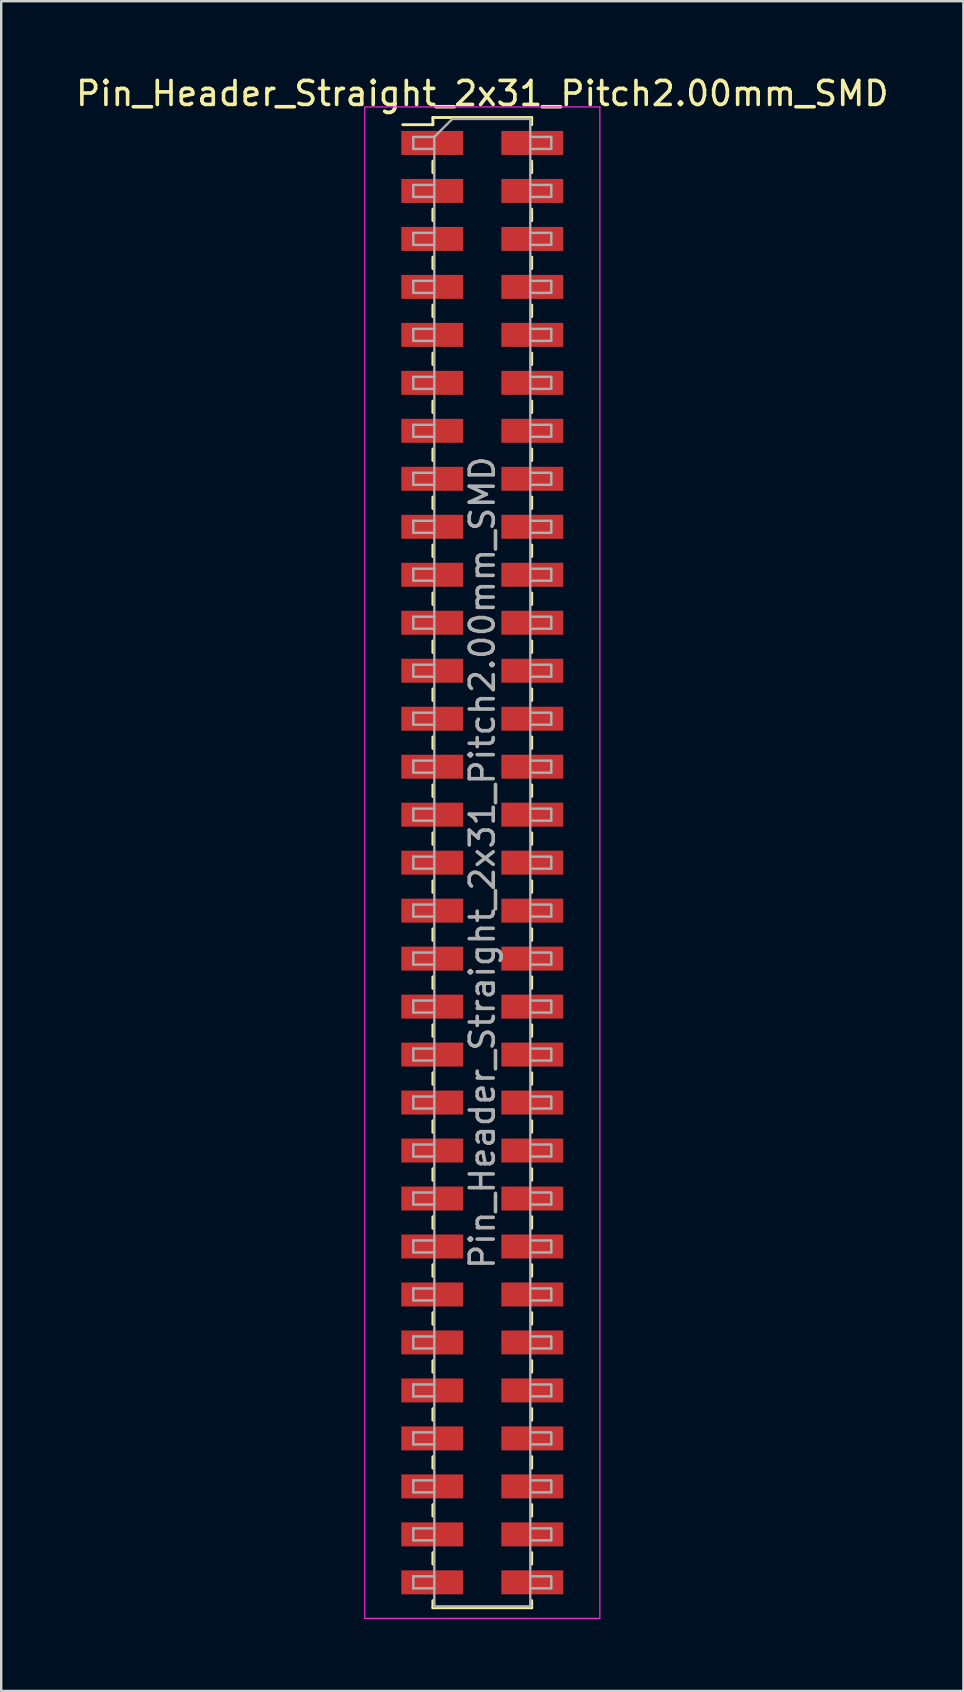
<source format=kicad_pcb>
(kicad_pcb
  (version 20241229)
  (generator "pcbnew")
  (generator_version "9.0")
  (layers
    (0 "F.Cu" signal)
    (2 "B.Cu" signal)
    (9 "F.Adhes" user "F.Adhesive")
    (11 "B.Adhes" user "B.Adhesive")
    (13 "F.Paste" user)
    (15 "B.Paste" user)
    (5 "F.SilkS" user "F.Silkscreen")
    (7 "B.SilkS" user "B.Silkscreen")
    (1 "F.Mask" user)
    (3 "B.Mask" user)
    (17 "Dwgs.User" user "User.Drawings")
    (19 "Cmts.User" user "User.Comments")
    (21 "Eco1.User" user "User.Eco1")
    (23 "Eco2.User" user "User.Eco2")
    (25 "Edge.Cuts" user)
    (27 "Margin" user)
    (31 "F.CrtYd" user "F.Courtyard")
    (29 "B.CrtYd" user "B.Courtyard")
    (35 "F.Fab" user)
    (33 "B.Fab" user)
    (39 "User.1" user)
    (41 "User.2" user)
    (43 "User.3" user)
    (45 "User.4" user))
  (footprint "Pin_Header_Straight_2x31_Pitch2.00mm_SMD"
    (layer "F.Cu")
    (at 17.054 32.908)
    (property "Reference" "Pin_Header_Straight_2x31_Pitch2.00mm_SMD" (at 0 -32.06 0) (layer "F.SilkS") (effects (font (size 1 1) (thickness 0.15))))
    (attr smd)
    (fp_line (start -3.315 -30.76) (end -2.06 -30.76) (stroke (width 0.12) (type solid)) (layer "F.SilkS"))
    (fp_line (start -2.06 -31.06) (end -2.06 -30.76) (stroke (width 0.12) (type solid)) (layer "F.SilkS"))
    (fp_line (start -2.06 -31.06) (end 2.06 -31.06) (stroke (width 0.12) (type solid)) (layer "F.SilkS"))
    (fp_line (start -2.06 -29.24) (end -2.06 -28.76) (stroke (width 0.12) (type solid)) (layer "F.SilkS"))
    (fp_line (start -2.06 -27.24) (end -2.06 -26.76) (stroke (width 0.12) (type solid)) (layer "F.SilkS"))
    (fp_line (start -2.06 -25.24) (end -2.06 -24.76) (stroke (width 0.12) (type solid)) (layer "F.SilkS"))
    (fp_line (start -2.06 -23.24) (end -2.06 -22.76) (stroke (width 0.12) (type solid)) (layer "F.SilkS"))
    (fp_line (start -2.06 -21.24) (end -2.06 -20.76) (stroke (width 0.12) (type solid)) (layer "F.SilkS"))
    (fp_line (start -2.06 -19.24) (end -2.06 -18.76) (stroke (width 0.12) (type solid)) (layer "F.SilkS"))
    (fp_line (start -2.06 -17.24) (end -2.06 -16.76) (stroke (width 0.12) (type solid)) (layer "F.SilkS"))
    (fp_line (start -2.06 -15.24) (end -2.06 -14.76) (stroke (width 0.12) (type solid)) (layer "F.SilkS"))
    (fp_line (start -2.06 -13.24) (end -2.06 -12.76) (stroke (width 0.12) (type solid)) (layer "F.SilkS"))
    (fp_line (start -2.06 -11.24) (end -2.06 -10.76) (stroke (width 0.12) (type solid)) (layer "F.SilkS"))
    (fp_line (start -2.06 -9.24) (end -2.06 -8.76) (stroke (width 0.12) (type solid)) (layer "F.SilkS"))
    (fp_line (start -2.06 -7.24) (end -2.06 -6.76) (stroke (width 0.12) (type solid)) (layer "F.SilkS"))
    (fp_line (start -2.06 -5.24) (end -2.06 -4.76) (stroke (width 0.12) (type solid)) (layer "F.SilkS"))
    (fp_line (start -2.06 -3.24) (end -2.06 -2.76) (stroke (width 0.12) (type solid)) (layer "F.SilkS"))
    (fp_line (start -2.06 -1.24) (end -2.06 -0.76) (stroke (width 0.12) (type solid)) (layer "F.SilkS"))
    (fp_line (start -2.06 0.76) (end -2.06 1.24) (stroke (width 0.12) (type solid)) (layer "F.SilkS"))
    (fp_line (start -2.06 2.76) (end -2.06 3.24) (stroke (width 0.12) (type solid)) (layer "F.SilkS"))
    (fp_line (start -2.06 4.76) (end -2.06 5.24) (stroke (width 0.12) (type solid)) (layer "F.SilkS"))
    (fp_line (start -2.06 6.76) (end -2.06 7.24) (stroke (width 0.12) (type solid)) (layer "F.SilkS"))
    (fp_line (start -2.06 8.76) (end -2.06 9.24) (stroke (width 0.12) (type solid)) (layer "F.SilkS"))
    (fp_line (start -2.06 10.76) (end -2.06 11.24) (stroke (width 0.12) (type solid)) (layer "F.SilkS"))
    (fp_line (start -2.06 12.76) (end -2.06 13.24) (stroke (width 0.12) (type solid)) (layer "F.SilkS"))
    (fp_line (start -2.06 14.76) (end -2.06 15.24) (stroke (width 0.12) (type solid)) (layer "F.SilkS"))
    (fp_line (start -2.06 16.76) (end -2.06 17.24) (stroke (width 0.12) (type solid)) (layer "F.SilkS"))
    (fp_line (start -2.06 18.76) (end -2.06 19.24) (stroke (width 0.12) (type solid)) (layer "F.SilkS"))
    (fp_line (start -2.06 20.76) (end -2.06 21.24) (stroke (width 0.12) (type solid)) (layer "F.SilkS"))
    (fp_line (start -2.06 22.76) (end -2.06 23.24) (stroke (width 0.12) (type solid)) (layer "F.SilkS"))
    (fp_line (start -2.06 24.76) (end -2.06 25.24) (stroke (width 0.12) (type solid)) (layer "F.SilkS"))
    (fp_line (start -2.06 26.76) (end -2.06 27.24) (stroke (width 0.12) (type solid)) (layer "F.SilkS"))
    (fp_line (start -2.06 28.76) (end -2.06 29.24) (stroke (width 0.12) (type solid)) (layer "F.SilkS"))
    (fp_line (start -2.06 30.76) (end -2.06 31.06) (stroke (width 0.12) (type solid)) (layer "F.SilkS"))
    (fp_line (start -2.06 31.06) (end 2.06 31.06) (stroke (width 0.12) (type solid)) (layer "F.SilkS"))
    (fp_line (start 2.06 -31.06) (end 2.06 -30.76) (stroke (width 0.12) (type solid)) (layer "F.SilkS"))
    (fp_line (start 2.06 -29.24) (end 2.06 -28.76) (stroke (width 0.12) (type solid)) (layer "F.SilkS"))
    (fp_line (start 2.06 -27.24) (end 2.06 -26.76) (stroke (width 0.12) (type solid)) (layer "F.SilkS"))
    (fp_line (start 2.06 -25.24) (end 2.06 -24.76) (stroke (width 0.12) (type solid)) (layer "F.SilkS"))
    (fp_line (start 2.06 -23.24) (end 2.06 -22.76) (stroke (width 0.12) (type solid)) (layer "F.SilkS"))
    (fp_line (start 2.06 -21.24) (end 2.06 -20.76) (stroke (width 0.12) (type solid)) (layer "F.SilkS"))
    (fp_line (start 2.06 -19.24) (end 2.06 -18.76) (stroke (width 0.12) (type solid)) (layer "F.SilkS"))
    (fp_line (start 2.06 -17.24) (end 2.06 -16.76) (stroke (width 0.12) (type solid)) (layer "F.SilkS"))
    (fp_line (start 2.06 -15.24) (end 2.06 -14.76) (stroke (width 0.12) (type solid)) (layer "F.SilkS"))
    (fp_line (start 2.06 -13.24) (end 2.06 -12.76) (stroke (width 0.12) (type solid)) (layer "F.SilkS"))
    (fp_line (start 2.06 -11.24) (end 2.06 -10.76) (stroke (width 0.12) (type solid)) (layer "F.SilkS"))
    (fp_line (start 2.06 -9.24) (end 2.06 -8.76) (stroke (width 0.12) (type solid)) (layer "F.SilkS"))
    (fp_line (start 2.06 -7.24) (end 2.06 -6.76) (stroke (width 0.12) (type solid)) (layer "F.SilkS"))
    (fp_line (start 2.06 -5.24) (end 2.06 -4.76) (stroke (width 0.12) (type solid)) (layer "F.SilkS"))
    (fp_line (start 2.06 -3.24) (end 2.06 -2.76) (stroke (width 0.12) (type solid)) (layer "F.SilkS"))
    (fp_line (start 2.06 -1.24) (end 2.06 -0.76) (stroke (width 0.12) (type solid)) (layer "F.SilkS"))
    (fp_line (start 2.06 0.76) (end 2.06 1.24) (stroke (width 0.12) (type solid)) (layer "F.SilkS"))
    (fp_line (start 2.06 2.76) (end 2.06 3.24) (stroke (width 0.12) (type solid)) (layer "F.SilkS"))
    (fp_line (start 2.06 4.76) (end 2.06 5.24) (stroke (width 0.12) (type solid)) (layer "F.SilkS"))
    (fp_line (start 2.06 6.76) (end 2.06 7.24) (stroke (width 0.12) (type solid)) (layer "F.SilkS"))
    (fp_line (start 2.06 8.76) (end 2.06 9.24) (stroke (width 0.12) (type solid)) (layer "F.SilkS"))
    (fp_line (start 2.06 10.76) (end 2.06 11.24) (stroke (width 0.12) (type solid)) (layer "F.SilkS"))
    (fp_line (start 2.06 12.76) (end 2.06 13.24) (stroke (width 0.12) (type solid)) (layer "F.SilkS"))
    (fp_line (start 2.06 14.76) (end 2.06 15.24) (stroke (width 0.12) (type solid)) (layer "F.SilkS"))
    (fp_line (start 2.06 16.76) (end 2.06 17.24) (stroke (width 0.12) (type solid)) (layer "F.SilkS"))
    (fp_line (start 2.06 18.76) (end 2.06 19.24) (stroke (width 0.12) (type solid)) (layer "F.SilkS"))
    (fp_line (start 2.06 20.76) (end 2.06 21.24) (stroke (width 0.12) (type solid)) (layer "F.SilkS"))
    (fp_line (start 2.06 22.76) (end 2.06 23.24) (stroke (width 0.12) (type solid)) (layer "F.SilkS"))
    (fp_line (start 2.06 24.76) (end 2.06 25.24) (stroke (width 0.12) (type solid)) (layer "F.SilkS"))
    (fp_line (start 2.06 26.76) (end 2.06 27.24) (stroke (width 0.12) (type solid)) (layer "F.SilkS"))
    (fp_line (start 2.06 28.76) (end 2.06 29.24) (stroke (width 0.12) (type solid)) (layer "F.SilkS"))
    (fp_line (start 2.06 30.76) (end 2.06 31.06) (stroke (width 0.12) (type solid)) (layer "F.SilkS"))
    (fp_line (start -4.9 -31.5) (end -4.9 31.5) (stroke (width 0.05) (type solid)) (layer "F.CrtYd"))
    (fp_line (start -4.9 31.5) (end 4.9 31.5) (stroke (width 0.05) (type solid)) (layer "F.CrtYd"))
    (fp_line (start 4.9 -31.5) (end -4.9 -31.5) (stroke (width 0.05) (type solid)) (layer "F.CrtYd"))
    (fp_line (start 4.9 31.5) (end 4.9 -31.5) (stroke (width 0.05) (type solid)) (layer "F.CrtYd"))
    (fp_line (start -2.875 -30.25) (end -2.875 -29.75) (stroke (width 0.1) (type solid)) (layer "F.Fab"))
    (fp_line (start -2.875 -29.75) (end -2 -29.75) (stroke (width 0.1) (type solid)) (layer "F.Fab"))
    (fp_line (start -2.875 -28.25) (end -2.875 -27.75) (stroke (width 0.1) (type solid)) (layer "F.Fab"))
    (fp_line (start -2.875 -27.75) (end -2 -27.75) (stroke (width 0.1) (type solid)) (layer "F.Fab"))
    (fp_line (start -2.875 -26.25) (end -2.875 -25.75) (stroke (width 0.1) (type solid)) (layer "F.Fab"))
    (fp_line (start -2.875 -25.75) (end -2 -25.75) (stroke (width 0.1) (type solid)) (layer "F.Fab"))
    (fp_line (start -2.875 -24.25) (end -2.875 -23.75) (stroke (width 0.1) (type solid)) (layer "F.Fab"))
    (fp_line (start -2.875 -23.75) (end -2 -23.75) (stroke (width 0.1) (type solid)) (layer "F.Fab"))
    (fp_line (start -2.875 -22.25) (end -2.875 -21.75) (stroke (width 0.1) (type solid)) (layer "F.Fab"))
    (fp_line (start -2.875 -21.75) (end -2 -21.75) (stroke (width 0.1) (type solid)) (layer "F.Fab"))
    (fp_line (start -2.875 -20.25) (end -2.875 -19.75) (stroke (width 0.1) (type solid)) (layer "F.Fab"))
    (fp_line (start -2.875 -19.75) (end -2 -19.75) (stroke (width 0.1) (type solid)) (layer "F.Fab"))
    (fp_line (start -2.875 -18.25) (end -2.875 -17.75) (stroke (width 0.1) (type solid)) (layer "F.Fab"))
    (fp_line (start -2.875 -17.75) (end -2 -17.75) (stroke (width 0.1) (type solid)) (layer "F.Fab"))
    (fp_line (start -2.875 -16.25) (end -2.875 -15.75) (stroke (width 0.1) (type solid)) (layer "F.Fab"))
    (fp_line (start -2.875 -15.75) (end -2 -15.75) (stroke (width 0.1) (type solid)) (layer "F.Fab"))
    (fp_line (start -2.875 -14.25) (end -2.875 -13.75) (stroke (width 0.1) (type solid)) (layer "F.Fab"))
    (fp_line (start -2.875 -13.75) (end -2 -13.75) (stroke (width 0.1) (type solid)) (layer "F.Fab"))
    (fp_line (start -2.875 -12.25) (end -2.875 -11.75) (stroke (width 0.1) (type solid)) (layer "F.Fab"))
    (fp_line (start -2.875 -11.75) (end -2 -11.75) (stroke (width 0.1) (type solid)) (layer "F.Fab"))
    (fp_line (start -2.875 -10.25) (end -2.875 -9.75) (stroke (width 0.1) (type solid)) (layer "F.Fab"))
    (fp_line (start -2.875 -9.75) (end -2 -9.75) (stroke (width 0.1) (type solid)) (layer "F.Fab"))
    (fp_line (start -2.875 -8.25) (end -2.875 -7.75) (stroke (width 0.1) (type solid)) (layer "F.Fab"))
    (fp_line (start -2.875 -7.75) (end -2 -7.75) (stroke (width 0.1) (type solid)) (layer "F.Fab"))
    (fp_line (start -2.875 -6.25) (end -2.875 -5.75) (stroke (width 0.1) (type solid)) (layer "F.Fab"))
    (fp_line (start -2.875 -5.75) (end -2 -5.75) (stroke (width 0.1) (type solid)) (layer "F.Fab"))
    (fp_line (start -2.875 -4.25) (end -2.875 -3.75) (stroke (width 0.1) (type solid)) (layer "F.Fab"))
    (fp_line (start -2.875 -3.75) (end -2 -3.75) (stroke (width 0.1) (type solid)) (layer "F.Fab"))
    (fp_line (start -2.875 -2.25) (end -2.875 -1.75) (stroke (width 0.1) (type solid)) (layer "F.Fab"))
    (fp_line (start -2.875 -1.75) (end -2 -1.75) (stroke (width 0.1) (type solid)) (layer "F.Fab"))
    (fp_line (start -2.875 -0.25) (end -2.875 0.25) (stroke (width 0.1) (type solid)) (layer "F.Fab"))
    (fp_line (start -2.875 0.25) (end -2 0.25) (stroke (width 0.1) (type solid)) (layer "F.Fab"))
    (fp_line (start -2.875 1.75) (end -2.875 2.25) (stroke (width 0.1) (type solid)) (layer "F.Fab"))
    (fp_line (start -2.875 2.25) (end -2 2.25) (stroke (width 0.1) (type solid)) (layer "F.Fab"))
    (fp_line (start -2.875 3.75) (end -2.875 4.25) (stroke (width 0.1) (type solid)) (layer "F.Fab"))
    (fp_line (start -2.875 4.25) (end -2 4.25) (stroke (width 0.1) (type solid)) (layer "F.Fab"))
    (fp_line (start -2.875 5.75) (end -2.875 6.25) (stroke (width 0.1) (type solid)) (layer "F.Fab"))
    (fp_line (start -2.875 6.25) (end -2 6.25) (stroke (width 0.1) (type solid)) (layer "F.Fab"))
    (fp_line (start -2.875 7.75) (end -2.875 8.25) (stroke (width 0.1) (type solid)) (layer "F.Fab"))
    (fp_line (start -2.875 8.25) (end -2 8.25) (stroke (width 0.1) (type solid)) (layer "F.Fab"))
    (fp_line (start -2.875 9.75) (end -2.875 10.25) (stroke (width 0.1) (type solid)) (layer "F.Fab"))
    (fp_line (start -2.875 10.25) (end -2 10.25) (stroke (width 0.1) (type solid)) (layer "F.Fab"))
    (fp_line (start -2.875 11.75) (end -2.875 12.25) (stroke (width 0.1) (type solid)) (layer "F.Fab"))
    (fp_line (start -2.875 12.25) (end -2 12.25) (stroke (width 0.1) (type solid)) (layer "F.Fab"))
    (fp_line (start -2.875 13.75) (end -2.875 14.25) (stroke (width 0.1) (type solid)) (layer "F.Fab"))
    (fp_line (start -2.875 14.25) (end -2 14.25) (stroke (width 0.1) (type solid)) (layer "F.Fab"))
    (fp_line (start -2.875 15.75) (end -2.875 16.25) (stroke (width 0.1) (type solid)) (layer "F.Fab"))
    (fp_line (start -2.875 16.25) (end -2 16.25) (stroke (width 0.1) (type solid)) (layer "F.Fab"))
    (fp_line (start -2.875 17.75) (end -2.875 18.25) (stroke (width 0.1) (type solid)) (layer "F.Fab"))
    (fp_line (start -2.875 18.25) (end -2 18.25) (stroke (width 0.1) (type solid)) (layer "F.Fab"))
    (fp_line (start -2.875 19.75) (end -2.875 20.25) (stroke (width 0.1) (type solid)) (layer "F.Fab"))
    (fp_line (start -2.875 20.25) (end -2 20.25) (stroke (width 0.1) (type solid)) (layer "F.Fab"))
    (fp_line (start -2.875 21.75) (end -2.875 22.25) (stroke (width 0.1) (type solid)) (layer "F.Fab"))
    (fp_line (start -2.875 22.25) (end -2 22.25) (stroke (width 0.1) (type solid)) (layer "F.Fab"))
    (fp_line (start -2.875 23.75) (end -2.875 24.25) (stroke (width 0.1) (type solid)) (layer "F.Fab"))
    (fp_line (start -2.875 24.25) (end -2 24.25) (stroke (width 0.1) (type solid)) (layer "F.Fab"))
    (fp_line (start -2.875 25.75) (end -2.875 26.25) (stroke (width 0.1) (type solid)) (layer "F.Fab"))
    (fp_line (start -2.875 26.25) (end -2 26.25) (stroke (width 0.1) (type solid)) (layer "F.Fab"))
    (fp_line (start -2.875 27.75) (end -2.875 28.25) (stroke (width 0.1) (type solid)) (layer "F.Fab"))
    (fp_line (start -2.875 28.25) (end -2 28.25) (stroke (width 0.1) (type solid)) (layer "F.Fab"))
    (fp_line (start -2.875 29.75) (end -2.875 30.25) (stroke (width 0.1) (type solid)) (layer "F.Fab"))
    (fp_line (start -2.875 30.25) (end -2 30.25) (stroke (width 0.1) (type solid)) (layer "F.Fab"))
    (fp_line (start -2 -30.25) (end -2.875 -30.25) (stroke (width 0.1) (type solid)) (layer "F.Fab"))
    (fp_line (start -2 -30.25) (end -1.25 -31) (stroke (width 0.1) (type solid)) (layer "F.Fab"))
    (fp_line (start -2 -28.25) (end -2.875 -28.25) (stroke (width 0.1) (type solid)) (layer "F.Fab"))
    (fp_line (start -2 -26.25) (end -2.875 -26.25) (stroke (width 0.1) (type solid)) (layer "F.Fab"))
    (fp_line (start -2 -24.25) (end -2.875 -24.25) (stroke (width 0.1) (type solid)) (layer "F.Fab"))
    (fp_line (start -2 -22.25) (end -2.875 -22.25) (stroke (width 0.1) (type solid)) (layer "F.Fab"))
    (fp_line (start -2 -20.25) (end -2.875 -20.25) (stroke (width 0.1) (type solid)) (layer "F.Fab"))
    (fp_line (start -2 -18.25) (end -2.875 -18.25) (stroke (width 0.1) (type solid)) (layer "F.Fab"))
    (fp_line (start -2 -16.25) (end -2.875 -16.25) (stroke (width 0.1) (type solid)) (layer "F.Fab"))
    (fp_line (start -2 -14.25) (end -2.875 -14.25) (stroke (width 0.1) (type solid)) (layer "F.Fab"))
    (fp_line (start -2 -12.25) (end -2.875 -12.25) (stroke (width 0.1) (type solid)) (layer "F.Fab"))
    (fp_line (start -2 -10.25) (end -2.875 -10.25) (stroke (width 0.1) (type solid)) (layer "F.Fab"))
    (fp_line (start -2 -8.25) (end -2.875 -8.25) (stroke (width 0.1) (type solid)) (layer "F.Fab"))
    (fp_line (start -2 -6.25) (end -2.875 -6.25) (stroke (width 0.1) (type solid)) (layer "F.Fab"))
    (fp_line (start -2 -4.25) (end -2.875 -4.25) (stroke (width 0.1) (type solid)) (layer "F.Fab"))
    (fp_line (start -2 -2.25) (end -2.875 -2.25) (stroke (width 0.1) (type solid)) (layer "F.Fab"))
    (fp_line (start -2 -0.25) (end -2.875 -0.25) (stroke (width 0.1) (type solid)) (layer "F.Fab"))
    (fp_line (start -2 1.75) (end -2.875 1.75) (stroke (width 0.1) (type solid)) (layer "F.Fab"))
    (fp_line (start -2 3.75) (end -2.875 3.75) (stroke (width 0.1) (type solid)) (layer "F.Fab"))
    (fp_line (start -2 5.75) (end -2.875 5.75) (stroke (width 0.1) (type solid)) (layer "F.Fab"))
    (fp_line (start -2 7.75) (end -2.875 7.75) (stroke (width 0.1) (type solid)) (layer "F.Fab"))
    (fp_line (start -2 9.75) (end -2.875 9.75) (stroke (width 0.1) (type solid)) (layer "F.Fab"))
    (fp_line (start -2 11.75) (end -2.875 11.75) (stroke (width 0.1) (type solid)) (layer "F.Fab"))
    (fp_line (start -2 13.75) (end -2.875 13.75) (stroke (width 0.1) (type solid)) (layer "F.Fab"))
    (fp_line (start -2 15.75) (end -2.875 15.75) (stroke (width 0.1) (type solid)) (layer "F.Fab"))
    (fp_line (start -2 17.75) (end -2.875 17.75) (stroke (width 0.1) (type solid)) (layer "F.Fab"))
    (fp_line (start -2 19.75) (end -2.875 19.75) (stroke (width 0.1) (type solid)) (layer "F.Fab"))
    (fp_line (start -2 21.75) (end -2.875 21.75) (stroke (width 0.1) (type solid)) (layer "F.Fab"))
    (fp_line (start -2 23.75) (end -2.875 23.75) (stroke (width 0.1) (type solid)) (layer "F.Fab"))
    (fp_line (start -2 25.75) (end -2.875 25.75) (stroke (width 0.1) (type solid)) (layer "F.Fab"))
    (fp_line (start -2 27.75) (end -2.875 27.75) (stroke (width 0.1) (type solid)) (layer "F.Fab"))
    (fp_line (start -2 29.75) (end -2.875 29.75) (stroke (width 0.1) (type solid)) (layer "F.Fab"))
    (fp_line (start -2 31) (end -2 -30.25) (stroke (width 0.1) (type solid)) (layer "F.Fab"))
    (fp_line (start -1.25 -31) (end 2 -31) (stroke (width 0.1) (type solid)) (layer "F.Fab"))
    (fp_line (start 2 -31) (end 2 31) (stroke (width 0.1) (type solid)) (layer "F.Fab"))
    (fp_line (start 2 -30.25) (end 2.875 -30.25) (stroke (width 0.1) (type solid)) (layer "F.Fab"))
    (fp_line (start 2 -28.25) (end 2.875 -28.25) (stroke (width 0.1) (type solid)) (layer "F.Fab"))
    (fp_line (start 2 -26.25) (end 2.875 -26.25) (stroke (width 0.1) (type solid)) (layer "F.Fab"))
    (fp_line (start 2 -24.25) (end 2.875 -24.25) (stroke (width 0.1) (type solid)) (layer "F.Fab"))
    (fp_line (start 2 -22.25) (end 2.875 -22.25) (stroke (width 0.1) (type solid)) (layer "F.Fab"))
    (fp_line (start 2 -20.25) (end 2.875 -20.25) (stroke (width 0.1) (type solid)) (layer "F.Fab"))
    (fp_line (start 2 -18.25) (end 2.875 -18.25) (stroke (width 0.1) (type solid)) (layer "F.Fab"))
    (fp_line (start 2 -16.25) (end 2.875 -16.25) (stroke (width 0.1) (type solid)) (layer "F.Fab"))
    (fp_line (start 2 -14.25) (end 2.875 -14.25) (stroke (width 0.1) (type solid)) (layer "F.Fab"))
    (fp_line (start 2 -12.25) (end 2.875 -12.25) (stroke (width 0.1) (type solid)) (layer "F.Fab"))
    (fp_line (start 2 -10.25) (end 2.875 -10.25) (stroke (width 0.1) (type solid)) (layer "F.Fab"))
    (fp_line (start 2 -8.25) (end 2.875 -8.25) (stroke (width 0.1) (type solid)) (layer "F.Fab"))
    (fp_line (start 2 -6.25) (end 2.875 -6.25) (stroke (width 0.1) (type solid)) (layer "F.Fab"))
    (fp_line (start 2 -4.25) (end 2.875 -4.25) (stroke (width 0.1) (type solid)) (layer "F.Fab"))
    (fp_line (start 2 -2.25) (end 2.875 -2.25) (stroke (width 0.1) (type solid)) (layer "F.Fab"))
    (fp_line (start 2 -0.25) (end 2.875 -0.25) (stroke (width 0.1) (type solid)) (layer "F.Fab"))
    (fp_line (start 2 1.75) (end 2.875 1.75) (stroke (width 0.1) (type solid)) (layer "F.Fab"))
    (fp_line (start 2 3.75) (end 2.875 3.75) (stroke (width 0.1) (type solid)) (layer "F.Fab"))
    (fp_line (start 2 5.75) (end 2.875 5.75) (stroke (width 0.1) (type solid)) (layer "F.Fab"))
    (fp_line (start 2 7.75) (end 2.875 7.75) (stroke (width 0.1) (type solid)) (layer "F.Fab"))
    (fp_line (start 2 9.75) (end 2.875 9.75) (stroke (width 0.1) (type solid)) (layer "F.Fab"))
    (fp_line (start 2 11.75) (end 2.875 11.75) (stroke (width 0.1) (type solid)) (layer "F.Fab"))
    (fp_line (start 2 13.75) (end 2.875 13.75) (stroke (width 0.1) (type solid)) (layer "F.Fab"))
    (fp_line (start 2 15.75) (end 2.875 15.75) (stroke (width 0.1) (type solid)) (layer "F.Fab"))
    (fp_line (start 2 17.75) (end 2.875 17.75) (stroke (width 0.1) (type solid)) (layer "F.Fab"))
    (fp_line (start 2 19.75) (end 2.875 19.75) (stroke (width 0.1) (type solid)) (layer "F.Fab"))
    (fp_line (start 2 21.75) (end 2.875 21.75) (stroke (width 0.1) (type solid)) (layer "F.Fab"))
    (fp_line (start 2 23.75) (end 2.875 23.75) (stroke (width 0.1) (type solid)) (layer "F.Fab"))
    (fp_line (start 2 25.75) (end 2.875 25.75) (stroke (width 0.1) (type solid)) (layer "F.Fab"))
    (fp_line (start 2 27.75) (end 2.875 27.75) (stroke (width 0.1) (type solid)) (layer "F.Fab"))
    (fp_line (start 2 29.75) (end 2.875 29.75) (stroke (width 0.1) (type solid)) (layer "F.Fab"))
    (fp_line (start 2 31) (end -2 31) (stroke (width 0.1) (type solid)) (layer "F.Fab"))
    (fp_line (start 2.875 -30.25) (end 2.875 -29.75) (stroke (width 0.1) (type solid)) (layer "F.Fab"))
    (fp_line (start 2.875 -29.75) (end 2 -29.75) (stroke (width 0.1) (type solid)) (layer "F.Fab"))
    (fp_line (start 2.875 -28.25) (end 2.875 -27.75) (stroke (width 0.1) (type solid)) (layer "F.Fab"))
    (fp_line (start 2.875 -27.75) (end 2 -27.75) (stroke (width 0.1) (type solid)) (layer "F.Fab"))
    (fp_line (start 2.875 -26.25) (end 2.875 -25.75) (stroke (width 0.1) (type solid)) (layer "F.Fab"))
    (fp_line (start 2.875 -25.75) (end 2 -25.75) (stroke (width 0.1) (type solid)) (layer "F.Fab"))
    (fp_line (start 2.875 -24.25) (end 2.875 -23.75) (stroke (width 0.1) (type solid)) (layer "F.Fab"))
    (fp_line (start 2.875 -23.75) (end 2 -23.75) (stroke (width 0.1) (type solid)) (layer "F.Fab"))
    (fp_line (start 2.875 -22.25) (end 2.875 -21.75) (stroke (width 0.1) (type solid)) (layer "F.Fab"))
    (fp_line (start 2.875 -21.75) (end 2 -21.75) (stroke (width 0.1) (type solid)) (layer "F.Fab"))
    (fp_line (start 2.875 -20.25) (end 2.875 -19.75) (stroke (width 0.1) (type solid)) (layer "F.Fab"))
    (fp_line (start 2.875 -19.75) (end 2 -19.75) (stroke (width 0.1) (type solid)) (layer "F.Fab"))
    (fp_line (start 2.875 -18.25) (end 2.875 -17.75) (stroke (width 0.1) (type solid)) (layer "F.Fab"))
    (fp_line (start 2.875 -17.75) (end 2 -17.75) (stroke (width 0.1) (type solid)) (layer "F.Fab"))
    (fp_line (start 2.875 -16.25) (end 2.875 -15.75) (stroke (width 0.1) (type solid)) (layer "F.Fab"))
    (fp_line (start 2.875 -15.75) (end 2 -15.75) (stroke (width 0.1) (type solid)) (layer "F.Fab"))
    (fp_line (start 2.875 -14.25) (end 2.875 -13.75) (stroke (width 0.1) (type solid)) (layer "F.Fab"))
    (fp_line (start 2.875 -13.75) (end 2 -13.75) (stroke (width 0.1) (type solid)) (layer "F.Fab"))
    (fp_line (start 2.875 -12.25) (end 2.875 -11.75) (stroke (width 0.1) (type solid)) (layer "F.Fab"))
    (fp_line (start 2.875 -11.75) (end 2 -11.75) (stroke (width 0.1) (type solid)) (layer "F.Fab"))
    (fp_line (start 2.875 -10.25) (end 2.875 -9.75) (stroke (width 0.1) (type solid)) (layer "F.Fab"))
    (fp_line (start 2.875 -9.75) (end 2 -9.75) (stroke (width 0.1) (type solid)) (layer "F.Fab"))
    (fp_line (start 2.875 -8.25) (end 2.875 -7.75) (stroke (width 0.1) (type solid)) (layer "F.Fab"))
    (fp_line (start 2.875 -7.75) (end 2 -7.75) (stroke (width 0.1) (type solid)) (layer "F.Fab"))
    (fp_line (start 2.875 -6.25) (end 2.875 -5.75) (stroke (width 0.1) (type solid)) (layer "F.Fab"))
    (fp_line (start 2.875 -5.75) (end 2 -5.75) (stroke (width 0.1) (type solid)) (layer "F.Fab"))
    (fp_line (start 2.875 -4.25) (end 2.875 -3.75) (stroke (width 0.1) (type solid)) (layer "F.Fab"))
    (fp_line (start 2.875 -3.75) (end 2 -3.75) (stroke (width 0.1) (type solid)) (layer "F.Fab"))
    (fp_line (start 2.875 -2.25) (end 2.875 -1.75) (stroke (width 0.1) (type solid)) (layer "F.Fab"))
    (fp_line (start 2.875 -1.75) (end 2 -1.75) (stroke (width 0.1) (type solid)) (layer "F.Fab"))
    (fp_line (start 2.875 -0.25) (end 2.875 0.25) (stroke (width 0.1) (type solid)) (layer "F.Fab"))
    (fp_line (start 2.875 0.25) (end 2 0.25) (stroke (width 0.1) (type solid)) (layer "F.Fab"))
    (fp_line (start 2.875 1.75) (end 2.875 2.25) (stroke (width 0.1) (type solid)) (layer "F.Fab"))
    (fp_line (start 2.875 2.25) (end 2 2.25) (stroke (width 0.1) (type solid)) (layer "F.Fab"))
    (fp_line (start 2.875 3.75) (end 2.875 4.25) (stroke (width 0.1) (type solid)) (layer "F.Fab"))
    (fp_line (start 2.875 4.25) (end 2 4.25) (stroke (width 0.1) (type solid)) (layer "F.Fab"))
    (fp_line (start 2.875 5.75) (end 2.875 6.25) (stroke (width 0.1) (type solid)) (layer "F.Fab"))
    (fp_line (start 2.875 6.25) (end 2 6.25) (stroke (width 0.1) (type solid)) (layer "F.Fab"))
    (fp_line (start 2.875 7.75) (end 2.875 8.25) (stroke (width 0.1) (type solid)) (layer "F.Fab"))
    (fp_line (start 2.875 8.25) (end 2 8.25) (stroke (width 0.1) (type solid)) (layer "F.Fab"))
    (fp_line (start 2.875 9.75) (end 2.875 10.25) (stroke (width 0.1) (type solid)) (layer "F.Fab"))
    (fp_line (start 2.875 10.25) (end 2 10.25) (stroke (width 0.1) (type solid)) (layer "F.Fab"))
    (fp_line (start 2.875 11.75) (end 2.875 12.25) (stroke (width 0.1) (type solid)) (layer "F.Fab"))
    (fp_line (start 2.875 12.25) (end 2 12.25) (stroke (width 0.1) (type solid)) (layer "F.Fab"))
    (fp_line (start 2.875 13.75) (end 2.875 14.25) (stroke (width 0.1) (type solid)) (layer "F.Fab"))
    (fp_line (start 2.875 14.25) (end 2 14.25) (stroke (width 0.1) (type solid)) (layer "F.Fab"))
    (fp_line (start 2.875 15.75) (end 2.875 16.25) (stroke (width 0.1) (type solid)) (layer "F.Fab"))
    (fp_line (start 2.875 16.25) (end 2 16.25) (stroke (width 0.1) (type solid)) (layer "F.Fab"))
    (fp_line (start 2.875 17.75) (end 2.875 18.25) (stroke (width 0.1) (type solid)) (layer "F.Fab"))
    (fp_line (start 2.875 18.25) (end 2 18.25) (stroke (width 0.1) (type solid)) (layer "F.Fab"))
    (fp_line (start 2.875 19.75) (end 2.875 20.25) (stroke (width 0.1) (type solid)) (layer "F.Fab"))
    (fp_line (start 2.875 20.25) (end 2 20.25) (stroke (width 0.1) (type solid)) (layer "F.Fab"))
    (fp_line (start 2.875 21.75) (end 2.875 22.25) (stroke (width 0.1) (type solid)) (layer "F.Fab"))
    (fp_line (start 2.875 22.25) (end 2 22.25) (stroke (width 0.1) (type solid)) (layer "F.Fab"))
    (fp_line (start 2.875 23.75) (end 2.875 24.25) (stroke (width 0.1) (type solid)) (layer "F.Fab"))
    (fp_line (start 2.875 24.25) (end 2 24.25) (stroke (width 0.1) (type solid)) (layer "F.Fab"))
    (fp_line (start 2.875 25.75) (end 2.875 26.25) (stroke (width 0.1) (type solid)) (layer "F.Fab"))
    (fp_line (start 2.875 26.25) (end 2 26.25) (stroke (width 0.1) (type solid)) (layer "F.Fab"))
    (fp_line (start 2.875 27.75) (end 2.875 28.25) (stroke (width 0.1) (type solid)) (layer "F.Fab"))
    (fp_line (start 2.875 28.25) (end 2 28.25) (stroke (width 0.1) (type solid)) (layer "F.Fab"))
    (fp_line (start 2.875 29.75) (end 2.875 30.25) (stroke (width 0.1) (type solid)) (layer "F.Fab"))
    (fp_line (start 2.875 30.25) (end 2 30.25) (stroke (width 0.1) (type solid)) (layer "F.Fab"))
    (fp_text user "${REFERENCE}" (at 0 0 90) (layer "F.Fab") (effects (font (size 1 1) (thickness 0.15))))
    (pad "1" smd rect (at -2.085 -30) (size 2.58 1) (layers "F.Cu" "F.Mask" "F.Paste"))
    (pad "2" smd rect (at 2.085 -30) (size 2.58 1) (layers "F.Cu" "F.Mask" "F.Paste"))
    (pad "3" smd rect (at -2.085 -28) (size 2.58 1) (layers "F.Cu" "F.Mask" "F.Paste"))
    (pad "4" smd rect (at 2.085 -28) (size 2.58 1) (layers "F.Cu" "F.Mask" "F.Paste"))
    (pad "5" smd rect (at -2.085 -26) (size 2.58 1) (layers "F.Cu" "F.Mask" "F.Paste"))
    (pad "6" smd rect (at 2.085 -26) (size 2.58 1) (layers "F.Cu" "F.Mask" "F.Paste"))
    (pad "7" smd rect (at -2.085 -24) (size 2.58 1) (layers "F.Cu" "F.Mask" "F.Paste"))
    (pad "8" smd rect (at 2.085 -24) (size 2.58 1) (layers "F.Cu" "F.Mask" "F.Paste"))
    (pad "9" smd rect (at -2.085 -22) (size 2.58 1) (layers "F.Cu" "F.Mask" "F.Paste"))
    (pad "10" smd rect (at 2.085 -22) (size 2.58 1) (layers "F.Cu" "F.Mask" "F.Paste"))
    (pad "11" smd rect (at -2.085 -20) (size 2.58 1) (layers "F.Cu" "F.Mask" "F.Paste"))
    (pad "12" smd rect (at 2.085 -20) (size 2.58 1) (layers "F.Cu" "F.Mask" "F.Paste"))
    (pad "13" smd rect (at -2.085 -18) (size 2.58 1) (layers "F.Cu" "F.Mask" "F.Paste"))
    (pad "14" smd rect (at 2.085 -18) (size 2.58 1) (layers "F.Cu" "F.Mask" "F.Paste"))
    (pad "15" smd rect (at -2.085 -16) (size 2.58 1) (layers "F.Cu" "F.Mask" "F.Paste"))
    (pad "16" smd rect (at 2.085 -16) (size 2.58 1) (layers "F.Cu" "F.Mask" "F.Paste"))
    (pad "17" smd rect (at -2.085 -14) (size 2.58 1) (layers "F.Cu" "F.Mask" "F.Paste"))
    (pad "18" smd rect (at 2.085 -14) (size 2.58 1) (layers "F.Cu" "F.Mask" "F.Paste"))
    (pad "19" smd rect (at -2.085 -12) (size 2.58 1) (layers "F.Cu" "F.Mask" "F.Paste"))
    (pad "20" smd rect (at 2.085 -12) (size 2.58 1) (layers "F.Cu" "F.Mask" "F.Paste"))
    (pad "21" smd rect (at -2.085 -10) (size 2.58 1) (layers "F.Cu" "F.Mask" "F.Paste"))
    (pad "22" smd rect (at 2.085 -10) (size 2.58 1) (layers "F.Cu" "F.Mask" "F.Paste"))
    (pad "23" smd rect (at -2.085 -8) (size 2.58 1) (layers "F.Cu" "F.Mask" "F.Paste"))
    (pad "24" smd rect (at 2.085 -8) (size 2.58 1) (layers "F.Cu" "F.Mask" "F.Paste"))
    (pad "25" smd rect (at -2.085 -6) (size 2.58 1) (layers "F.Cu" "F.Mask" "F.Paste"))
    (pad "26" smd rect (at 2.085 -6) (size 2.58 1) (layers "F.Cu" "F.Mask" "F.Paste"))
    (pad "27" smd rect (at -2.085 -4) (size 2.58 1) (layers "F.Cu" "F.Mask" "F.Paste"))
    (pad "28" smd rect (at 2.085 -4) (size 2.58 1) (layers "F.Cu" "F.Mask" "F.Paste"))
    (pad "29" smd rect (at -2.085 -2) (size 2.58 1) (layers "F.Cu" "F.Mask" "F.Paste"))
    (pad "30" smd rect (at 2.085 -2) (size 2.58 1) (layers "F.Cu" "F.Mask" "F.Paste"))
    (pad "31" smd rect (at -2.085 0) (size 2.58 1) (layers "F.Cu" "F.Mask" "F.Paste"))
    (pad "32" smd rect (at 2.085 0) (size 2.58 1) (layers "F.Cu" "F.Mask" "F.Paste"))
    (pad "33" smd rect (at -2.085 2) (size 2.58 1) (layers "F.Cu" "F.Mask" "F.Paste"))
    (pad "34" smd rect (at 2.085 2) (size 2.58 1) (layers "F.Cu" "F.Mask" "F.Paste"))
    (pad "35" smd rect (at -2.085 4) (size 2.58 1) (layers "F.Cu" "F.Mask" "F.Paste"))
    (pad "36" smd rect (at 2.085 4) (size 2.58 1) (layers "F.Cu" "F.Mask" "F.Paste"))
    (pad "37" smd rect (at -2.085 6) (size 2.58 1) (layers "F.Cu" "F.Mask" "F.Paste"))
    (pad "38" smd rect (at 2.085 6) (size 2.58 1) (layers "F.Cu" "F.Mask" "F.Paste"))
    (pad "39" smd rect (at -2.085 8) (size 2.58 1) (layers "F.Cu" "F.Mask" "F.Paste"))
    (pad "40" smd rect (at 2.085 8) (size 2.58 1) (layers "F.Cu" "F.Mask" "F.Paste"))
    (pad "41" smd rect (at -2.085 10) (size 2.58 1) (layers "F.Cu" "F.Mask" "F.Paste"))
    (pad "42" smd rect (at 2.085 10) (size 2.58 1) (layers "F.Cu" "F.Mask" "F.Paste"))
    (pad "43" smd rect (at -2.085 12) (size 2.58 1) (layers "F.Cu" "F.Mask" "F.Paste"))
    (pad "44" smd rect (at 2.085 12) (size 2.58 1) (layers "F.Cu" "F.Mask" "F.Paste"))
    (pad "45" smd rect (at -2.085 14) (size 2.58 1) (layers "F.Cu" "F.Mask" "F.Paste"))
    (pad "46" smd rect (at 2.085 14) (size 2.58 1) (layers "F.Cu" "F.Mask" "F.Paste"))
    (pad "47" smd rect (at -2.085 16) (size 2.58 1) (layers "F.Cu" "F.Mask" "F.Paste"))
    (pad "48" smd rect (at 2.085 16) (size 2.58 1) (layers "F.Cu" "F.Mask" "F.Paste"))
    (pad "49" smd rect (at -2.085 18) (size 2.58 1) (layers "F.Cu" "F.Mask" "F.Paste"))
    (pad "50" smd rect (at 2.085 18) (size 2.58 1) (layers "F.Cu" "F.Mask" "F.Paste"))
    (pad "51" smd rect (at -2.085 20) (size 2.58 1) (layers "F.Cu" "F.Mask" "F.Paste"))
    (pad "52" smd rect (at 2.085 20) (size 2.58 1) (layers "F.Cu" "F.Mask" "F.Paste"))
    (pad "53" smd rect (at -2.085 22) (size 2.58 1) (layers "F.Cu" "F.Mask" "F.Paste"))
    (pad "54" smd rect (at 2.085 22) (size 2.58 1) (layers "F.Cu" "F.Mask" "F.Paste"))
    (pad "55" smd rect (at -2.085 24) (size 2.58 1) (layers "F.Cu" "F.Mask" "F.Paste"))
    (pad "56" smd rect (at 2.085 24) (size 2.58 1) (layers "F.Cu" "F.Mask" "F.Paste"))
    (pad "57" smd rect (at -2.085 26) (size 2.58 1) (layers "F.Cu" "F.Mask" "F.Paste"))
    (pad "58" smd rect (at 2.085 26) (size 2.58 1) (layers "F.Cu" "F.Mask" "F.Paste"))
    (pad "59" smd rect (at -2.085 28) (size 2.58 1) (layers "F.Cu" "F.Mask" "F.Paste"))
    (pad "60" smd rect (at 2.085 28) (size 2.58 1) (layers "F.Cu" "F.Mask" "F.Paste"))
    (pad "61" smd rect (at -2.085 30) (size 2.58 1) (layers "F.Cu" "F.Mask" "F.Paste"))
    (pad "62" smd rect (at 2.085 30) (size 2.58 1) (layers "F.Cu" "F.Mask" "F.Paste")))
  (gr_rect
    (start -3 -3)
    (end 37.107 67.433)
    (stroke (width 0.1) (type default))
    (fill no)
    (layer "Edge.Cuts")))
</source>
